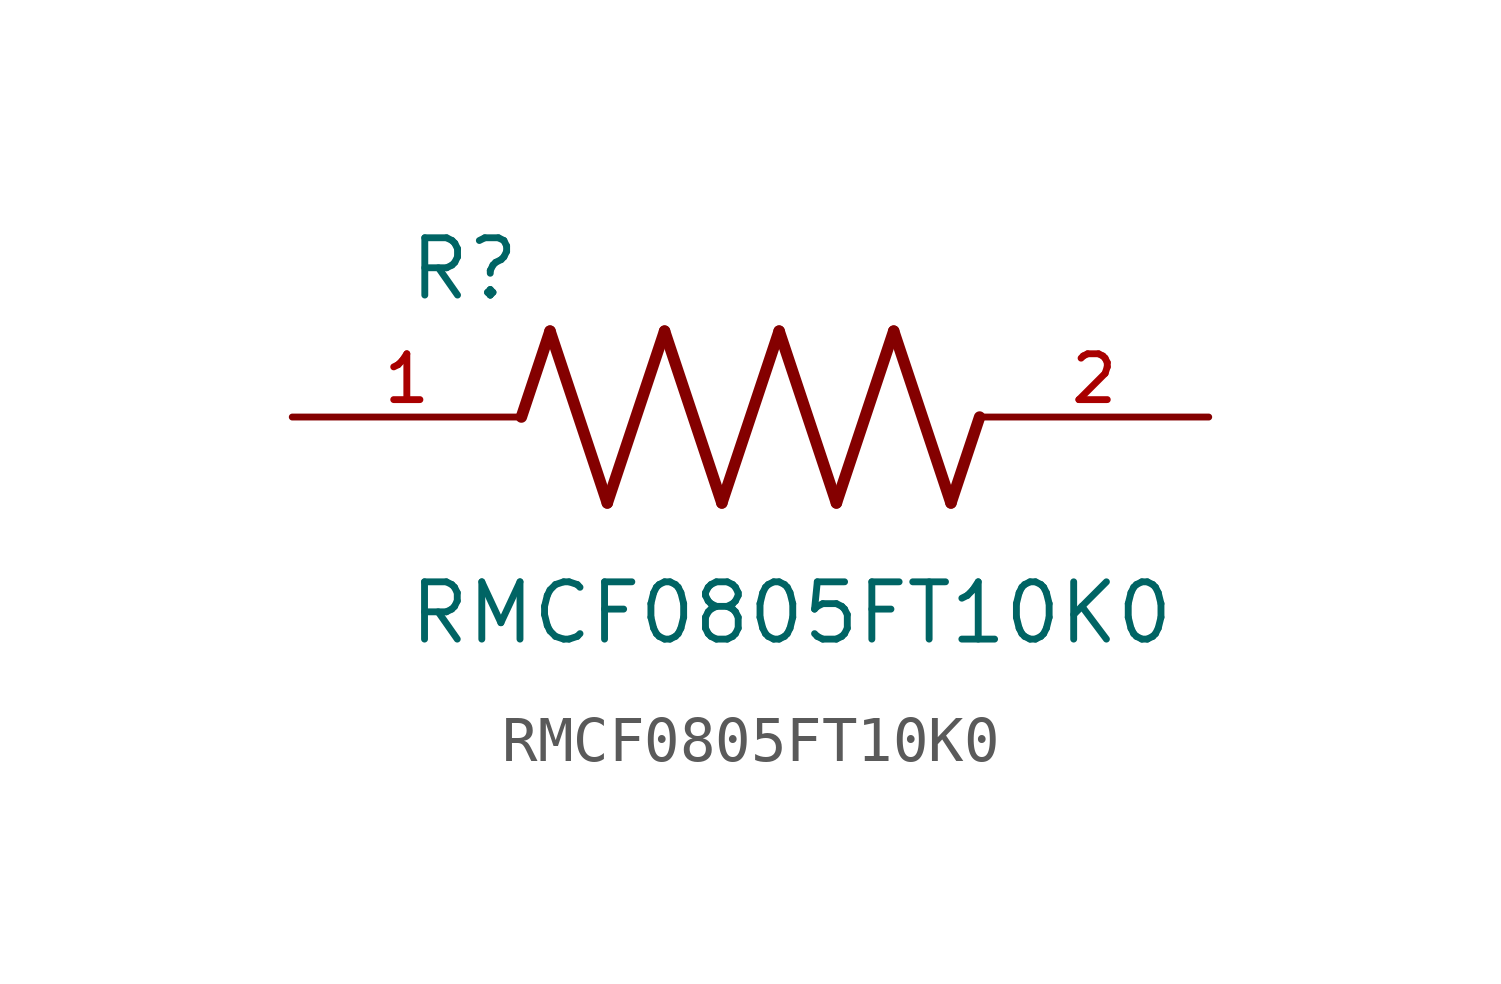
<source format=kicad_sym>
(kicad_symbol_lib
  (version 20211014)
  (generator kicad_symbol_editor)
  (symbol "RMCF0805FT10K0"
    (pin_names
      (offset 1.016))
    (property "Reference" "R"
      (at -7.624 2.541 0)
      (effects (font (size 1.27 1.27)) (justify bottom left)))
    (property "Value" "RMCF0805FT10K0"
      (at -7.63 -5.087 0)
      (effects (font (size 1.27 1.27)) (justify bottom left)))
    (symbol "RMCF0805FT10K0_0_0"
      (polyline (pts (xy -5.08 0.0) (xy -4.445 1.905)) (stroke (width 0.254)))
      (polyline (pts (xy -4.445 1.905) (xy -3.175 -1.905)) (stroke (width 0.254)))
      (polyline (pts (xy -3.175 -1.905) (xy -1.905 1.905)) (stroke (width 0.254)))
      (polyline (pts (xy -1.905 1.905) (xy -0.635 -1.905)) (stroke (width 0.254)))
      (polyline (pts (xy -0.635 -1.905) (xy 0.635 1.905)) (stroke (width 0.254)))
      (polyline (pts (xy 0.635 1.905) (xy 1.905 -1.905)) (stroke (width 0.254)))
      (polyline (pts (xy 1.905 -1.905) (xy 3.175 1.905)) (stroke (width 0.254)))
      (polyline (pts (xy 3.175 1.905) (xy 4.445 -1.905)) (stroke (width 0.254)))
      (polyline (pts (xy 4.445 -1.905) (xy 5.08 0.0)) (stroke (width 0.254)))
      (pin passive line (at -10.16 0.0 0) (length 5.08) (name "~" (effects (font (size 1.016 1.016)))) (number "1" (effects (font (size 1.016 1.016)))))
      (pin passive line (at 10.16 0.0 180.0) (length 5.08) (name "~" (effects (font (size 1.016 1.016)))) (number "2" (effects (font (size 1.016 1.016))))))))
</source>
